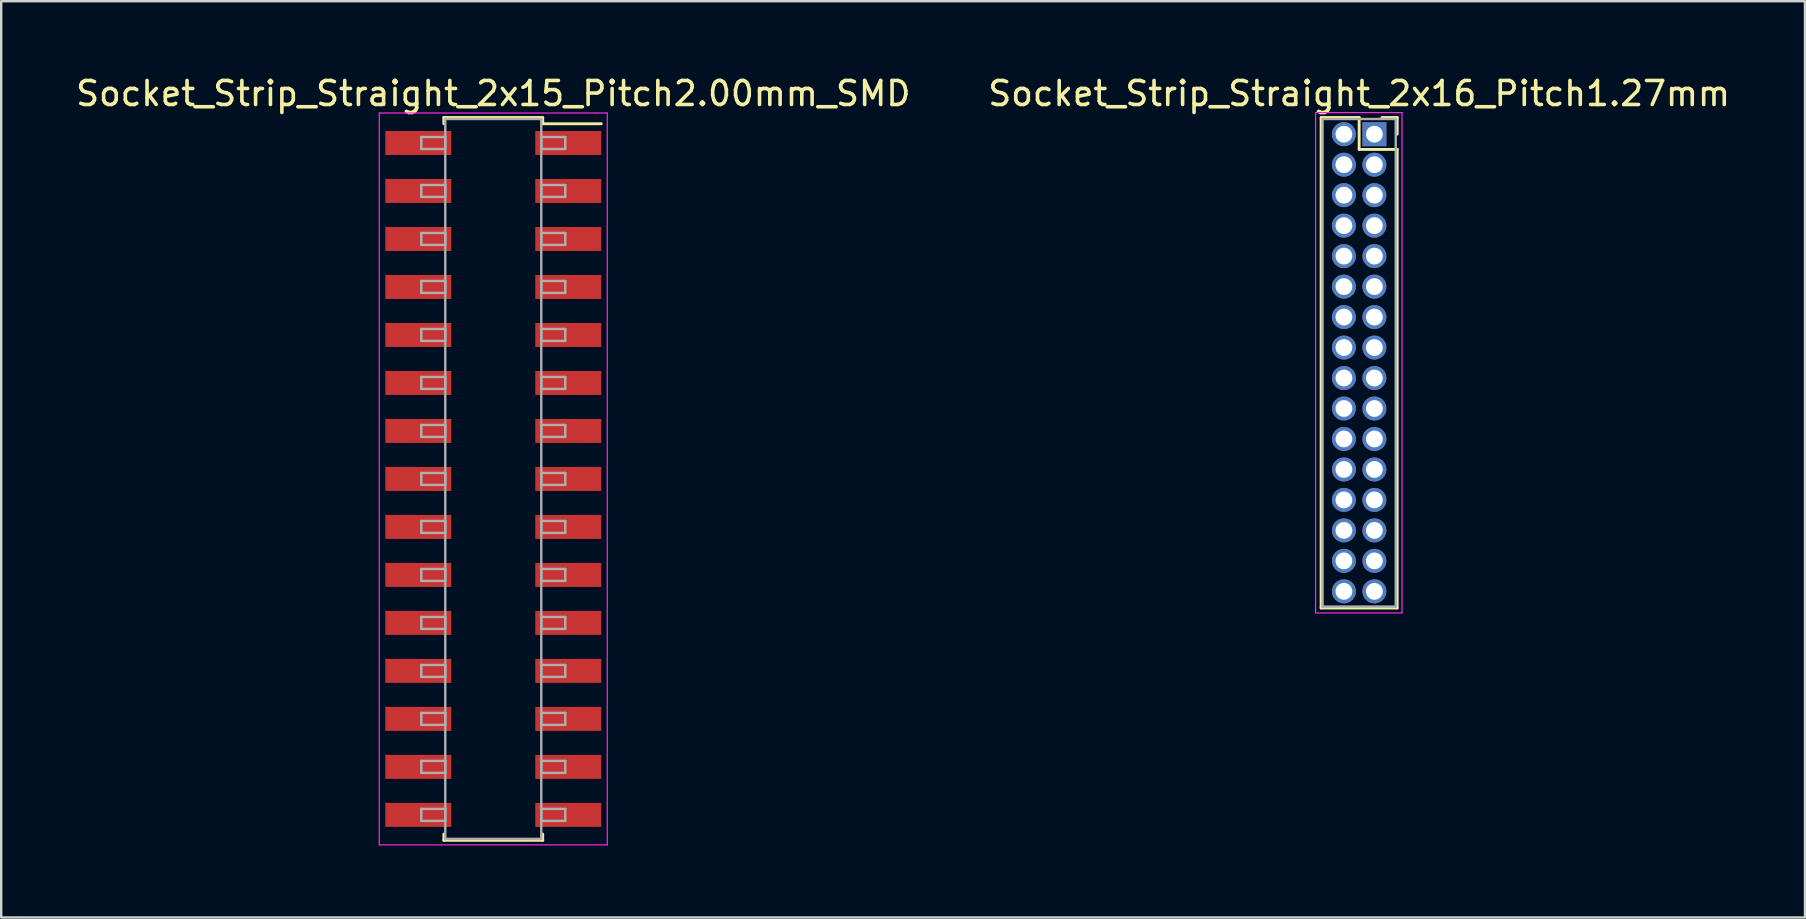
<source format=kicad_pcb>
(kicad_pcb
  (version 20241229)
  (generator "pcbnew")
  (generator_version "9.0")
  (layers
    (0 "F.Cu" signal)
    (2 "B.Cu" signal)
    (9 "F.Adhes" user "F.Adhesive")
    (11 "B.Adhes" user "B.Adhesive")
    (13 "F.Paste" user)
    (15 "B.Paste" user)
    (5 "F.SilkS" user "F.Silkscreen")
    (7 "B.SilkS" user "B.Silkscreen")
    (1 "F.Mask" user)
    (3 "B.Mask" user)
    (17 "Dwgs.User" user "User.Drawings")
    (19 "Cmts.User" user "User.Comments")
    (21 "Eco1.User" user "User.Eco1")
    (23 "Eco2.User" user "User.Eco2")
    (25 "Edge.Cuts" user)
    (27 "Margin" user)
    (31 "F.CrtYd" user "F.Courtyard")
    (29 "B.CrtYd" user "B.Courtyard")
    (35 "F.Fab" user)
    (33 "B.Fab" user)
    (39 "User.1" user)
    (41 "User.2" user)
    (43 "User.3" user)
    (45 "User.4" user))
  (footprint "Socket_Strip_Straight_2x15_Pitch2.00mm_SMD"
    (layer "F.Cu")
    (at 17.506 16.908)
    (property "Reference" "Socket_Strip_Straight_2x15_Pitch2.00mm_SMD" (at 0 -16.06 0) (layer "F.SilkS") (effects (font (size 1 1) (thickness 0.15))))
    (attr smd)
    (fp_line (start -2.06 -15.06) (end 2.06 -15.06) (stroke (width 0.12) (type solid)) (layer "F.SilkS"))
    (fp_line (start -2.06 -14.8) (end -2.06 -15.06) (stroke (width 0.12) (type solid)) (layer "F.SilkS"))
    (fp_line (start -2.06 14.8) (end -2.06 15.06) (stroke (width 0.12) (type solid)) (layer "F.SilkS"))
    (fp_line (start -2.06 15.06) (end 2.06 15.06) (stroke (width 0.12) (type solid)) (layer "F.SilkS"))
    (fp_line (start 2.06 -15.06) (end 2.06 -14.8) (stroke (width 0.12) (type solid)) (layer "F.SilkS"))
    (fp_line (start 2.06 15.06) (end 2.06 14.8) (stroke (width 0.12) (type solid)) (layer "F.SilkS"))
    (fp_line (start 4.5 -14.8) (end 2.06 -14.8) (stroke (width 0.12) (type solid)) (layer "F.SilkS"))
    (fp_line (start -4.75 -15.25) (end -4.75 15.25) (stroke (width 0.05) (type solid)) (layer "F.CrtYd"))
    (fp_line (start -4.75 15.25) (end 4.75 15.25) (stroke (width 0.05) (type solid)) (layer "F.CrtYd"))
    (fp_line (start 4.75 -15.25) (end -4.75 -15.25) (stroke (width 0.05) (type solid)) (layer "F.CrtYd"))
    (fp_line (start 4.75 15.25) (end 4.75 -15.25) (stroke (width 0.05) (type solid)) (layer "F.CrtYd"))
    (fp_line (start -3 -14.25) (end -2 -14.25) (stroke (width 0.1) (type solid)) (layer "F.Fab"))
    (fp_line (start -3 -13.75) (end -3 -14.25) (stroke (width 0.1) (type solid)) (layer "F.Fab"))
    (fp_line (start -3 -12.25) (end -2 -12.25) (stroke (width 0.1) (type solid)) (layer "F.Fab"))
    (fp_line (start -3 -11.75) (end -3 -12.25) (stroke (width 0.1) (type solid)) (layer "F.Fab"))
    (fp_line (start -3 -10.25) (end -2 -10.25) (stroke (width 0.1) (type solid)) (layer "F.Fab"))
    (fp_line (start -3 -9.75) (end -3 -10.25) (stroke (width 0.1) (type solid)) (layer "F.Fab"))
    (fp_line (start -3 -8.25) (end -2 -8.25) (stroke (width 0.1) (type solid)) (layer "F.Fab"))
    (fp_line (start -3 -7.75) (end -3 -8.25) (stroke (width 0.1) (type solid)) (layer "F.Fab"))
    (fp_line (start -3 -6.25) (end -2 -6.25) (stroke (width 0.1) (type solid)) (layer "F.Fab"))
    (fp_line (start -3 -5.75) (end -3 -6.25) (stroke (width 0.1) (type solid)) (layer "F.Fab"))
    (fp_line (start -3 -4.25) (end -2 -4.25) (stroke (width 0.1) (type solid)) (layer "F.Fab"))
    (fp_line (start -3 -3.75) (end -3 -4.25) (stroke (width 0.1) (type solid)) (layer "F.Fab"))
    (fp_line (start -3 -2.25) (end -2 -2.25) (stroke (width 0.1) (type solid)) (layer "F.Fab"))
    (fp_line (start -3 -1.75) (end -3 -2.25) (stroke (width 0.1) (type solid)) (layer "F.Fab"))
    (fp_line (start -3 -0.25) (end -2 -0.25) (stroke (width 0.1) (type solid)) (layer "F.Fab"))
    (fp_line (start -3 0.25) (end -3 -0.25) (stroke (width 0.1) (type solid)) (layer "F.Fab"))
    (fp_line (start -3 1.75) (end -2 1.75) (stroke (width 0.1) (type solid)) (layer "F.Fab"))
    (fp_line (start -3 2.25) (end -3 1.75) (stroke (width 0.1) (type solid)) (layer "F.Fab"))
    (fp_line (start -3 3.75) (end -2 3.75) (stroke (width 0.1) (type solid)) (layer "F.Fab"))
    (fp_line (start -3 4.25) (end -3 3.75) (stroke (width 0.1) (type solid)) (layer "F.Fab"))
    (fp_line (start -3 5.75) (end -2 5.75) (stroke (width 0.1) (type solid)) (layer "F.Fab"))
    (fp_line (start -3 6.25) (end -3 5.75) (stroke (width 0.1) (type solid)) (layer "F.Fab"))
    (fp_line (start -3 7.75) (end -2 7.75) (stroke (width 0.1) (type solid)) (layer "F.Fab"))
    (fp_line (start -3 8.25) (end -3 7.75) (stroke (width 0.1) (type solid)) (layer "F.Fab"))
    (fp_line (start -3 9.75) (end -2 9.75) (stroke (width 0.1) (type solid)) (layer "F.Fab"))
    (fp_line (start -3 10.25) (end -3 9.75) (stroke (width 0.1) (type solid)) (layer "F.Fab"))
    (fp_line (start -3 11.75) (end -2 11.75) (stroke (width 0.1) (type solid)) (layer "F.Fab"))
    (fp_line (start -3 12.25) (end -3 11.75) (stroke (width 0.1) (type solid)) (layer "F.Fab"))
    (fp_line (start -3 13.75) (end -2 13.75) (stroke (width 0.1) (type solid)) (layer "F.Fab"))
    (fp_line (start -3 14.25) (end -3 13.75) (stroke (width 0.1) (type solid)) (layer "F.Fab"))
    (fp_line (start -2 -15) (end -2 15) (stroke (width 0.1) (type solid)) (layer "F.Fab"))
    (fp_line (start -2 -14.25) (end -2 -13.75) (stroke (width 0.1) (type solid)) (layer "F.Fab"))
    (fp_line (start -2 -13.75) (end -3 -13.75) (stroke (width 0.1) (type solid)) (layer "F.Fab"))
    (fp_line (start -2 -12.25) (end -2 -11.75) (stroke (width 0.1) (type solid)) (layer "F.Fab"))
    (fp_line (start -2 -11.75) (end -3 -11.75) (stroke (width 0.1) (type solid)) (layer "F.Fab"))
    (fp_line (start -2 -10.25) (end -2 -9.75) (stroke (width 0.1) (type solid)) (layer "F.Fab"))
    (fp_line (start -2 -9.75) (end -3 -9.75) (stroke (width 0.1) (type solid)) (layer "F.Fab"))
    (fp_line (start -2 -8.25) (end -2 -7.75) (stroke (width 0.1) (type solid)) (layer "F.Fab"))
    (fp_line (start -2 -7.75) (end -3 -7.75) (stroke (width 0.1) (type solid)) (layer "F.Fab"))
    (fp_line (start -2 -6.25) (end -2 -5.75) (stroke (width 0.1) (type solid)) (layer "F.Fab"))
    (fp_line (start -2 -5.75) (end -3 -5.75) (stroke (width 0.1) (type solid)) (layer "F.Fab"))
    (fp_line (start -2 -4.25) (end -2 -3.75) (stroke (width 0.1) (type solid)) (layer "F.Fab"))
    (fp_line (start -2 -3.75) (end -3 -3.75) (stroke (width 0.1) (type solid)) (layer "F.Fab"))
    (fp_line (start -2 -2.25) (end -2 -1.75) (stroke (width 0.1) (type solid)) (layer "F.Fab"))
    (fp_line (start -2 -1.75) (end -3 -1.75) (stroke (width 0.1) (type solid)) (layer "F.Fab"))
    (fp_line (start -2 -0.25) (end -2 0.25) (stroke (width 0.1) (type solid)) (layer "F.Fab"))
    (fp_line (start -2 0.25) (end -3 0.25) (stroke (width 0.1) (type solid)) (layer "F.Fab"))
    (fp_line (start -2 1.75) (end -2 2.25) (stroke (width 0.1) (type solid)) (layer "F.Fab"))
    (fp_line (start -2 2.25) (end -3 2.25) (stroke (width 0.1) (type solid)) (layer "F.Fab"))
    (fp_line (start -2 3.75) (end -2 4.25) (stroke (width 0.1) (type solid)) (layer "F.Fab"))
    (fp_line (start -2 4.25) (end -3 4.25) (stroke (width 0.1) (type solid)) (layer "F.Fab"))
    (fp_line (start -2 5.75) (end -2 6.25) (stroke (width 0.1) (type solid)) (layer "F.Fab"))
    (fp_line (start -2 6.25) (end -3 6.25) (stroke (width 0.1) (type solid)) (layer "F.Fab"))
    (fp_line (start -2 7.75) (end -2 8.25) (stroke (width 0.1) (type solid)) (layer "F.Fab"))
    (fp_line (start -2 8.25) (end -3 8.25) (stroke (width 0.1) (type solid)) (layer "F.Fab"))
    (fp_line (start -2 9.75) (end -2 10.25) (stroke (width 0.1) (type solid)) (layer "F.Fab"))
    (fp_line (start -2 10.25) (end -3 10.25) (stroke (width 0.1) (type solid)) (layer "F.Fab"))
    (fp_line (start -2 11.75) (end -2 12.25) (stroke (width 0.1) (type solid)) (layer "F.Fab"))
    (fp_line (start -2 12.25) (end -3 12.25) (stroke (width 0.1) (type solid)) (layer "F.Fab"))
    (fp_line (start -2 13.75) (end -2 14.25) (stroke (width 0.1) (type solid)) (layer "F.Fab"))
    (fp_line (start -2 14.25) (end -3 14.25) (stroke (width 0.1) (type solid)) (layer "F.Fab"))
    (fp_line (start -2 15) (end 2 15) (stroke (width 0.1) (type solid)) (layer "F.Fab"))
    (fp_line (start 2 -15) (end -2 -15) (stroke (width 0.1) (type solid)) (layer "F.Fab"))
    (fp_line (start 2 -14.25) (end 2 -13.75) (stroke (width 0.1) (type solid)) (layer "F.Fab"))
    (fp_line (start 2 -13.75) (end 3 -13.75) (stroke (width 0.1) (type solid)) (layer "F.Fab"))
    (fp_line (start 2 -12.25) (end 2 -11.75) (stroke (width 0.1) (type solid)) (layer "F.Fab"))
    (fp_line (start 2 -11.75) (end 3 -11.75) (stroke (width 0.1) (type solid)) (layer "F.Fab"))
    (fp_line (start 2 -10.25) (end 2 -9.75) (stroke (width 0.1) (type solid)) (layer "F.Fab"))
    (fp_line (start 2 -9.75) (end 3 -9.75) (stroke (width 0.1) (type solid)) (layer "F.Fab"))
    (fp_line (start 2 -8.25) (end 2 -7.75) (stroke (width 0.1) (type solid)) (layer "F.Fab"))
    (fp_line (start 2 -7.75) (end 3 -7.75) (stroke (width 0.1) (type solid)) (layer "F.Fab"))
    (fp_line (start 2 -6.25) (end 2 -5.75) (stroke (width 0.1) (type solid)) (layer "F.Fab"))
    (fp_line (start 2 -5.75) (end 3 -5.75) (stroke (width 0.1) (type solid)) (layer "F.Fab"))
    (fp_line (start 2 -4.25) (end 2 -3.75) (stroke (width 0.1) (type solid)) (layer "F.Fab"))
    (fp_line (start 2 -3.75) (end 3 -3.75) (stroke (width 0.1) (type solid)) (layer "F.Fab"))
    (fp_line (start 2 -2.25) (end 2 -1.75) (stroke (width 0.1) (type solid)) (layer "F.Fab"))
    (fp_line (start 2 -1.75) (end 3 -1.75) (stroke (width 0.1) (type solid)) (layer "F.Fab"))
    (fp_line (start 2 -0.25) (end 2 0.25) (stroke (width 0.1) (type solid)) (layer "F.Fab"))
    (fp_line (start 2 0.25) (end 3 0.25) (stroke (width 0.1) (type solid)) (layer "F.Fab"))
    (fp_line (start 2 1.75) (end 2 2.25) (stroke (width 0.1) (type solid)) (layer "F.Fab"))
    (fp_line (start 2 2.25) (end 3 2.25) (stroke (width 0.1) (type solid)) (layer "F.Fab"))
    (fp_line (start 2 3.75) (end 2 4.25) (stroke (width 0.1) (type solid)) (layer "F.Fab"))
    (fp_line (start 2 4.25) (end 3 4.25) (stroke (width 0.1) (type solid)) (layer "F.Fab"))
    (fp_line (start 2 5.75) (end 2 6.25) (stroke (width 0.1) (type solid)) (layer "F.Fab"))
    (fp_line (start 2 6.25) (end 3 6.25) (stroke (width 0.1) (type solid)) (layer "F.Fab"))
    (fp_line (start 2 7.75) (end 2 8.25) (stroke (width 0.1) (type solid)) (layer "F.Fab"))
    (fp_line (start 2 8.25) (end 3 8.25) (stroke (width 0.1) (type solid)) (layer "F.Fab"))
    (fp_line (start 2 9.75) (end 2 10.25) (stroke (width 0.1) (type solid)) (layer "F.Fab"))
    (fp_line (start 2 10.25) (end 3 10.25) (stroke (width 0.1) (type solid)) (layer "F.Fab"))
    (fp_line (start 2 11.75) (end 2 12.25) (stroke (width 0.1) (type solid)) (layer "F.Fab"))
    (fp_line (start 2 12.25) (end 3 12.25) (stroke (width 0.1) (type solid)) (layer "F.Fab"))
    (fp_line (start 2 13.75) (end 2 14.25) (stroke (width 0.1) (type solid)) (layer "F.Fab"))
    (fp_line (start 2 14.25) (end 3 14.25) (stroke (width 0.1) (type solid)) (layer "F.Fab"))
    (fp_line (start 2 15) (end 2 -15) (stroke (width 0.1) (type solid)) (layer "F.Fab"))
    (fp_line (start 3 -14.25) (end 2 -14.25) (stroke (width 0.1) (type solid)) (layer "F.Fab"))
    (fp_line (start 3 -13.75) (end 3 -14.25) (stroke (width 0.1) (type solid)) (layer "F.Fab"))
    (fp_line (start 3 -12.25) (end 2 -12.25) (stroke (width 0.1) (type solid)) (layer "F.Fab"))
    (fp_line (start 3 -11.75) (end 3 -12.25) (stroke (width 0.1) (type solid)) (layer "F.Fab"))
    (fp_line (start 3 -10.25) (end 2 -10.25) (stroke (width 0.1) (type solid)) (layer "F.Fab"))
    (fp_line (start 3 -9.75) (end 3 -10.25) (stroke (width 0.1) (type solid)) (layer "F.Fab"))
    (fp_line (start 3 -8.25) (end 2 -8.25) (stroke (width 0.1) (type solid)) (layer "F.Fab"))
    (fp_line (start 3 -7.75) (end 3 -8.25) (stroke (width 0.1) (type solid)) (layer "F.Fab"))
    (fp_line (start 3 -6.25) (end 2 -6.25) (stroke (width 0.1) (type solid)) (layer "F.Fab"))
    (fp_line (start 3 -5.75) (end 3 -6.25) (stroke (width 0.1) (type solid)) (layer "F.Fab"))
    (fp_line (start 3 -4.25) (end 2 -4.25) (stroke (width 0.1) (type solid)) (layer "F.Fab"))
    (fp_line (start 3 -3.75) (end 3 -4.25) (stroke (width 0.1) (type solid)) (layer "F.Fab"))
    (fp_line (start 3 -2.25) (end 2 -2.25) (stroke (width 0.1) (type solid)) (layer "F.Fab"))
    (fp_line (start 3 -1.75) (end 3 -2.25) (stroke (width 0.1) (type solid)) (layer "F.Fab"))
    (fp_line (start 3 -0.25) (end 2 -0.25) (stroke (width 0.1) (type solid)) (layer "F.Fab"))
    (fp_line (start 3 0.25) (end 3 -0.25) (stroke (width 0.1) (type solid)) (layer "F.Fab"))
    (fp_line (start 3 1.75) (end 2 1.75) (stroke (width 0.1) (type solid)) (layer "F.Fab"))
    (fp_line (start 3 2.25) (end 3 1.75) (stroke (width 0.1) (type solid)) (layer "F.Fab"))
    (fp_line (start 3 3.75) (end 2 3.75) (stroke (width 0.1) (type solid)) (layer "F.Fab"))
    (fp_line (start 3 4.25) (end 3 3.75) (stroke (width 0.1) (type solid)) (layer "F.Fab"))
    (fp_line (start 3 5.75) (end 2 5.75) (stroke (width 0.1) (type solid)) (layer "F.Fab"))
    (fp_line (start 3 6.25) (end 3 5.75) (stroke (width 0.1) (type solid)) (layer "F.Fab"))
    (fp_line (start 3 7.75) (end 2 7.75) (stroke (width 0.1) (type solid)) (layer "F.Fab"))
    (fp_line (start 3 8.25) (end 3 7.75) (stroke (width 0.1) (type solid)) (layer "F.Fab"))
    (fp_line (start 3 9.75) (end 2 9.75) (stroke (width 0.1) (type solid)) (layer "F.Fab"))
    (fp_line (start 3 10.25) (end 3 9.75) (stroke (width 0.1) (type solid)) (layer "F.Fab"))
    (fp_line (start 3 11.75) (end 2 11.75) (stroke (width 0.1) (type solid)) (layer "F.Fab"))
    (fp_line (start 3 12.25) (end 3 11.75) (stroke (width 0.1) (type solid)) (layer "F.Fab"))
    (fp_line (start 3 13.75) (end 2 13.75) (stroke (width 0.1) (type solid)) (layer "F.Fab"))
    (fp_line (start 3 14.25) (end 3 13.75) (stroke (width 0.1) (type solid)) (layer "F.Fab"))
    (pad "1" smd rect (at 3.125 -14) (size 2.75 1) (layers "F.Cu" "F.Mask"))
    (pad "2" smd rect (at -3.125 -14) (size 2.75 1) (layers "F.Cu" "F.Mask"))
    (pad "3" smd rect (at 3.125 -12) (size 2.75 1) (layers "F.Cu" "F.Mask"))
    (pad "4" smd rect (at -3.125 -12) (size 2.75 1) (layers "F.Cu" "F.Mask"))
    (pad "5" smd rect (at 3.125 -10) (size 2.75 1) (layers "F.Cu" "F.Mask"))
    (pad "6" smd rect (at -3.125 -10) (size 2.75 1) (layers "F.Cu" "F.Mask"))
    (pad "7" smd rect (at 3.125 -8) (size 2.75 1) (layers "F.Cu" "F.Mask"))
    (pad "8" smd rect (at -3.125 -8) (size 2.75 1) (layers "F.Cu" "F.Mask"))
    (pad "9" smd rect (at 3.125 -6) (size 2.75 1) (layers "F.Cu" "F.Mask"))
    (pad "10" smd rect (at -3.125 -6) (size 2.75 1) (layers "F.Cu" "F.Mask"))
    (pad "11" smd rect (at 3.125 -4) (size 2.75 1) (layers "F.Cu" "F.Mask"))
    (pad "12" smd rect (at -3.125 -4) (size 2.75 1) (layers "F.Cu" "F.Mask"))
    (pad "13" smd rect (at 3.125 -2) (size 2.75 1) (layers "F.Cu" "F.Mask"))
    (pad "14" smd rect (at -3.125 -2) (size 2.75 1) (layers "F.Cu" "F.Mask"))
    (pad "15" smd rect (at 3.125 0) (size 2.75 1) (layers "F.Cu" "F.Mask"))
    (pad "16" smd rect (at -3.125 0) (size 2.75 1) (layers "F.Cu" "F.Mask"))
    (pad "17" smd rect (at 3.125 2) (size 2.75 1) (layers "F.Cu" "F.Mask"))
    (pad "18" smd rect (at -3.125 2) (size 2.75 1) (layers "F.Cu" "F.Mask"))
    (pad "19" smd rect (at 3.125 4) (size 2.75 1) (layers "F.Cu" "F.Mask"))
    (pad "20" smd rect (at -3.125 4) (size 2.75 1) (layers "F.Cu" "F.Mask"))
    (pad "21" smd rect (at 3.125 6) (size 2.75 1) (layers "F.Cu" "F.Mask"))
    (pad "22" smd rect (at -3.125 6) (size 2.75 1) (layers "F.Cu" "F.Mask"))
    (pad "23" smd rect (at 3.125 8) (size 2.75 1) (layers "F.Cu" "F.Mask"))
    (pad "24" smd rect (at -3.125 8) (size 2.75 1) (layers "F.Cu" "F.Mask"))
    (pad "25" smd rect (at 3.125 10) (size 2.75 1) (layers "F.Cu" "F.Mask"))
    (pad "26" smd rect (at -3.125 10) (size 2.75 1) (layers "F.Cu" "F.Mask"))
    (pad "27" smd rect (at 3.125 12) (size 2.75 1) (layers "F.Cu" "F.Mask"))
    (pad "28" smd rect (at -3.125 12) (size 2.75 1) (layers "F.Cu" "F.Mask"))
    (pad "29" smd rect (at 3.125 14) (size 2.75 1) (layers "F.Cu" "F.Mask"))
    (pad "30" smd rect (at -3.125 14) (size 2.75 1) (layers "F.Cu" "F.Mask")))
  (footprint "Socket_Strip_Straight_2x16_Pitch1.27mm"
    (layer "F.Cu")
    (at 54.224 2.543)
    (property "Reference" "Socket_Strip_Straight_2x16_Pitch1.27mm" (at -0.635 -1.695 0) (layer "F.SilkS") (effects (font (size 1 1) (thickness 0.15))))
    (attr through_hole)
    (fp_line (start -2.22 -0.695) (end -0.635 -0.695) (stroke (width 0.12) (type solid)) (layer "F.SilkS"))
    (fp_line (start -2.22 19.745) (end -2.22 -0.695) (stroke (width 0.12) (type solid)) (layer "F.SilkS"))
    (fp_line (start -0.635 -0.695) (end -0.635 0.635) (stroke (width 0.12) (type solid)) (layer "F.SilkS"))
    (fp_line (start -0.635 0.635) (end 0.95 0.635) (stroke (width 0.12) (type solid)) (layer "F.SilkS"))
    (fp_line (start 0.95 -0.695) (end 0.315 -0.695) (stroke (width 0.12) (type solid)) (layer "F.SilkS"))
    (fp_line (start 0.95 0) (end 0.95 -0.695) (stroke (width 0.12) (type solid)) (layer "F.SilkS"))
    (fp_line (start 0.95 0.635) (end 0.95 19.745) (stroke (width 0.12) (type solid)) (layer "F.SilkS"))
    (fp_line (start 0.95 19.745) (end -2.22 19.745) (stroke (width 0.12) (type solid)) (layer "F.SilkS"))
    (fp_line (start -2.45 -0.9) (end -2.45 19.95) (stroke (width 0.05) (type solid)) (layer "F.CrtYd"))
    (fp_line (start -2.45 19.95) (end 1.15 19.95) (stroke (width 0.05) (type solid)) (layer "F.CrtYd"))
    (fp_line (start 1.15 -0.9) (end -2.45 -0.9) (stroke (width 0.05) (type solid)) (layer "F.CrtYd"))
    (fp_line (start 1.15 19.95) (end 1.15 -0.9) (stroke (width 0.05) (type solid)) (layer "F.CrtYd"))
    (fp_line (start -2.16 -0.635) (end -2.16 19.685) (stroke (width 0.1) (type solid)) (layer "F.Fab"))
    (fp_line (start -2.16 19.685) (end 0.89 19.685) (stroke (width 0.1) (type solid)) (layer "F.Fab"))
    (fp_line (start 0.89 -0.635) (end -2.16 -0.635) (stroke (width 0.1) (type solid)) (layer "F.Fab"))
    (fp_line (start 0.89 19.685) (end 0.89 -0.635) (stroke (width 0.1) (type solid)) (layer "F.Fab"))
    (pad "1" thru_hole rect (at 0 0) (size 1 1) (drill 0.7) (layers "*.Cu" "*.Mask"))
    (pad "2" thru_hole oval (at -1.27 0) (size 1 1) (drill 0.7) (layers "*.Cu" "*.Mask"))
    (pad "3" thru_hole oval (at 0 1.27) (size 1 1) (drill 0.7) (layers "*.Cu" "*.Mask"))
    (pad "4" thru_hole oval (at -1.27 1.27) (size 1 1) (drill 0.7) (layers "*.Cu" "*.Mask"))
    (pad "5" thru_hole oval (at 0 2.54) (size 1 1) (drill 0.7) (layers "*.Cu" "*.Mask"))
    (pad "6" thru_hole oval (at -1.27 2.54) (size 1 1) (drill 0.7) (layers "*.Cu" "*.Mask"))
    (pad "7" thru_hole oval (at 0 3.81) (size 1 1) (drill 0.7) (layers "*.Cu" "*.Mask"))
    (pad "8" thru_hole oval (at -1.27 3.81) (size 1 1) (drill 0.7) (layers "*.Cu" "*.Mask"))
    (pad "9" thru_hole oval (at 0 5.08) (size 1 1) (drill 0.7) (layers "*.Cu" "*.Mask"))
    (pad "10" thru_hole oval (at -1.27 5.08) (size 1 1) (drill 0.7) (layers "*.Cu" "*.Mask"))
    (pad "11" thru_hole oval (at 0 6.35) (size 1 1) (drill 0.7) (layers "*.Cu" "*.Mask"))
    (pad "12" thru_hole oval (at -1.27 6.35) (size 1 1) (drill 0.7) (layers "*.Cu" "*.Mask"))
    (pad "13" thru_hole oval (at 0 7.62) (size 1 1) (drill 0.7) (layers "*.Cu" "*.Mask"))
    (pad "14" thru_hole oval (at -1.27 7.62) (size 1 1) (drill 0.7) (layers "*.Cu" "*.Mask"))
    (pad "15" thru_hole oval (at 0 8.89) (size 1 1) (drill 0.7) (layers "*.Cu" "*.Mask"))
    (pad "16" thru_hole oval (at -1.27 8.89) (size 1 1) (drill 0.7) (layers "*.Cu" "*.Mask"))
    (pad "17" thru_hole oval (at 0 10.16) (size 1 1) (drill 0.7) (layers "*.Cu" "*.Mask"))
    (pad "18" thru_hole oval (at -1.27 10.16) (size 1 1) (drill 0.7) (layers "*.Cu" "*.Mask"))
    (pad "19" thru_hole oval (at 0 11.43) (size 1 1) (drill 0.7) (layers "*.Cu" "*.Mask"))
    (pad "20" thru_hole oval (at -1.27 11.43) (size 1 1) (drill 0.7) (layers "*.Cu" "*.Mask"))
    (pad "21" thru_hole oval (at 0 12.7) (size 1 1) (drill 0.7) (layers "*.Cu" "*.Mask"))
    (pad "22" thru_hole oval (at -1.27 12.7) (size 1 1) (drill 0.7) (layers "*.Cu" "*.Mask"))
    (pad "23" thru_hole oval (at 0 13.97) (size 1 1) (drill 0.7) (layers "*.Cu" "*.Mask"))
    (pad "24" thru_hole oval (at -1.27 13.97) (size 1 1) (drill 0.7) (layers "*.Cu" "*.Mask"))
    (pad "25" thru_hole oval (at 0 15.24) (size 1 1) (drill 0.7) (layers "*.Cu" "*.Mask"))
    (pad "26" thru_hole oval (at -1.27 15.24) (size 1 1) (drill 0.7) (layers "*.Cu" "*.Mask"))
    (pad "27" thru_hole oval (at 0 16.51) (size 1 1) (drill 0.7) (layers "*.Cu" "*.Mask"))
    (pad "28" thru_hole oval (at -1.27 16.51) (size 1 1) (drill 0.7) (layers "*.Cu" "*.Mask"))
    (pad "29" thru_hole oval (at 0 17.78) (size 1 1) (drill 0.7) (layers "*.Cu" "*.Mask"))
    (pad "30" thru_hole oval (at -1.27 17.78) (size 1 1) (drill 0.7) (layers "*.Cu" "*.Mask"))
    (pad "31" thru_hole oval (at 0 19.05) (size 1 1) (drill 0.7) (layers "*.Cu" "*.Mask"))
    (pad "32" thru_hole oval (at -1.27 19.05) (size 1 1) (drill 0.7) (layers "*.Cu" "*.Mask")))
  (gr_rect
    (start -3 -3)
    (end 72.167 35.183)
    (stroke (width 0.1) (type default))
    (fill no)
    (layer "Edge.Cuts")))
</source>
